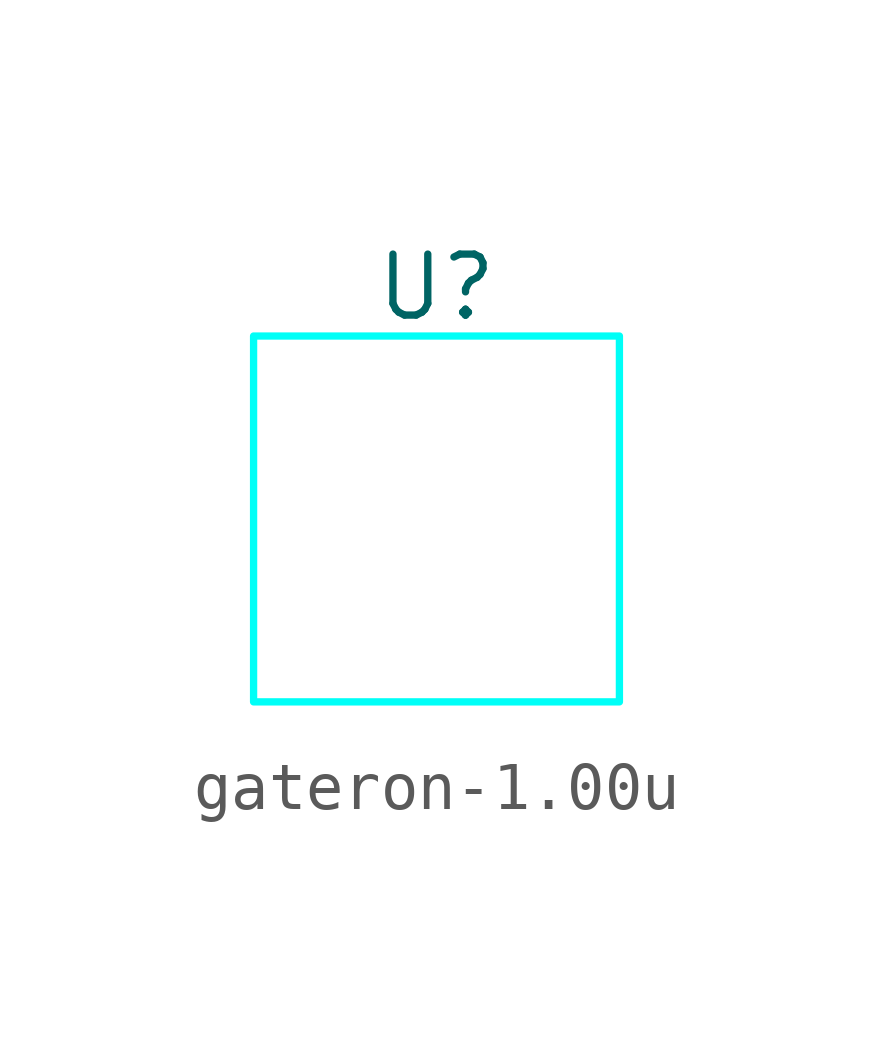
<source format=kicad_sym>
(kicad_symbol_lib
  (version 20241209)
  (generator "kicad_symbol_editor")
  (generator_version "9.0")
  (symbol "gateron-1.00u"
    (property "Reference" "U"
      (at 0 -0.254 0)
      (effects (font (size 1.27 1.27))))
    (property "Value" ""
      (at 0 0 0)
      (effects (font (size 1.27 1.27))))
    (symbol "gateron-1.00u_1_1"
      (rectangle (start -3.81 -1.27) (end 3.81 -8.89) (stroke (width 0) (type solid) (color 0 255 247 1)) (fill (type none))))))
</source>
